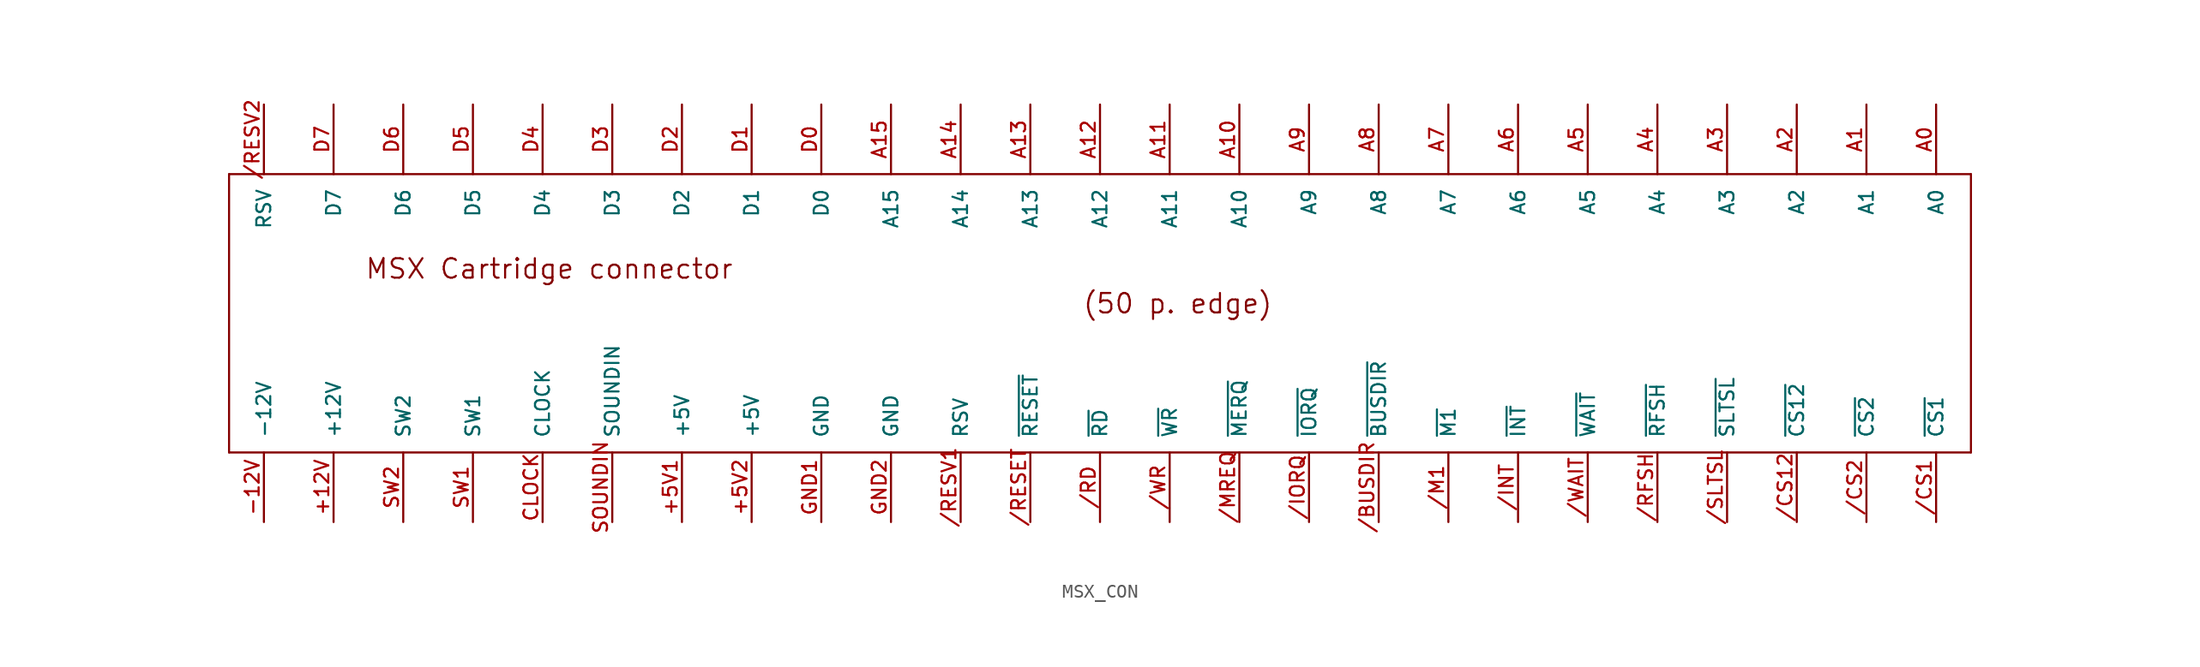
<source format=kicad_sym>
(kicad_symbol_lib
  (version 20211014)
  (generator kicad_symbol_editor)
  (symbol "MSX_CON"
    (pin_names
      (offset 1.016))
    (property "Reference" "EDG"
      (at 0 0 0)
      (effects (font (size 1.143 1.143)) hide))
    (property "ki_locked" ""
      (at 0 0 0)
      (effects (font (size 1.27 1.27))))
    (symbol "MSX_CON_1_0"
      (polyline (pts (xy -58.42 -10.16) (xy 68.58 -10.16)) (stroke (width 0) (type default) (color 0 0 0 0)) (fill (type none)))
      (polyline (pts (xy -58.42 10.16) (xy -58.42 -10.16)) (stroke (width 0) (type default) (color 0 0 0 0)) (fill (type none)))
      (polyline (pts (xy 68.58 -10.16) (xy 68.58 10.16)) (stroke (width 0) (type default) (color 0 0 0 0)) (fill (type none)))
      (polyline (pts (xy 68.58 10.16) (xy -58.42 10.16)) (stroke (width 0) (type default) (color 0 0 0 0)) (fill (type none)))
      (text "(50 p. edge)" (at 10.744 0.711 0) (effects (font (size 1.422 1.422))))
      (text "MSX Cartridge connector" (at -35.077 3.251 0) (effects (font (size 1.422 1.422)))))
    (symbol "MSX_CON_1_1"
      (pin power_out line (at -50.8 -15.24 90) (length 5.08) (name "+12V" (effects (font (size 1.016 1.016)))) (number "+12V" (effects (font (size 1.016 1.016)))))
      (pin power_out line (at -25.4 -15.24 90) (length 5.08) (name "+5V" (effects (font (size 1.016 1.016)))) (number "+5V1" (effects (font (size 1.016 1.016)))))
      (pin power_out line (at -20.32 -15.24 90) (length 5.08) (name "+5V" (effects (font (size 1.016 1.016)))) (number "+5V2" (effects (font (size 1.016 1.016)))))
      (pin power_out line (at -55.88 -15.24 90) (length 5.08) (name "-12V" (effects (font (size 1.016 1.016)))) (number "-12V" (effects (font (size 1.016 1.016)))))
      (pin input line (at 25.4 -15.24 90) (length 5.08) (name "~{BUSDIR}" (effects (font (size 1.016 1.016)))) (number "/BUSDIR" (effects (font (size 1.016 1.016)))))
      (pin output line (at 66.04 -15.24 90) (length 5.08) (name "~{CS1}" (effects (font (size 1.016 1.016)))) (number "/CS1" (effects (font (size 1.016 1.016)))))
      (pin output line (at 55.88 -15.24 90) (length 5.08) (name "~{CS12}" (effects (font (size 1.016 1.016)))) (number "/CS12" (effects (font (size 1.016 1.016)))))
      (pin output line (at 60.96 -15.24 90) (length 5.08) (name "~{CS2}" (effects (font (size 1.016 1.016)))) (number "/CS2" (effects (font (size 1.016 1.016)))))
      (pin input line (at 35.56 -15.24 90) (length 5.08) (name "~{INT}" (effects (font (size 1.016 1.016)))) (number "/INT" (effects (font (size 1.016 1.016)))))
      (pin output line (at 20.32 -15.24 90) (length 5.08) (name "~{IORQ}" (effects (font (size 1.016 1.016)))) (number "/IORQ" (effects (font (size 1.016 1.016)))))
      (pin output line (at 30.48 -15.24 90) (length 5.08) (name "~{M1}" (effects (font (size 1.016 1.016)))) (number "/M1" (effects (font (size 1.016 1.016)))))
      (pin output line (at 15.24 -15.24 90) (length 5.08) (name "~{MERQ}" (effects (font (size 1.016 1.016)))) (number "/MREQ" (effects (font (size 1.016 1.016)))))
      (pin output line (at 5.08 -15.24 90) (length 5.08) (name "~{RD}" (effects (font (size 1.016 1.016)))) (number "/RD" (effects (font (size 1.016 1.016)))))
      (pin output line (at 0 -15.24 90) (length 5.08) (name "~{RESET}" (effects (font (size 1.016 1.016)))) (number "/RESET" (effects (font (size 1.016 1.016)))))
      (pin unspecified line (at -5.08 -15.24 90) (length 5.08) (name "RSV" (effects (font (size 1.016 1.016)))) (number "/RESV1" (effects (font (size 1.016 1.016)))))
      (pin unspecified line (at -55.88 15.24 270) (length 5.08) (name "RSV" (effects (font (size 1.016 1.016)))) (number "/RESV2" (effects (font (size 1.016 1.016)))))
      (pin output line (at 45.72 -15.24 90) (length 5.08) (name "~{RFSH}" (effects (font (size 1.016 1.016)))) (number "/RFSH" (effects (font (size 1.016 1.016)))))
      (pin output line (at 50.8 -15.24 90) (length 5.08) (name "~{SLTSL}" (effects (font (size 1.016 1.016)))) (number "/SLTSL" (effects (font (size 1.016 1.016)))))
      (pin input line (at 40.64 -15.24 90) (length 5.08) (name "~{WAIT}" (effects (font (size 1.016 1.016)))) (number "/WAIT" (effects (font (size 1.016 1.016)))))
      (pin output line (at 10.16 -15.24 90) (length 5.08) (name "~{WR}" (effects (font (size 1.016 1.016)))) (number "/WR" (effects (font (size 1.016 1.016)))))
      (pin output line (at 66.04 15.24 270) (length 5.08) (name "A0" (effects (font (size 1.016 1.016)))) (number "A0" (effects (font (size 1.016 1.016)))))
      (pin output line (at 60.96 15.24 270) (length 5.08) (name "A1" (effects (font (size 1.016 1.016)))) (number "A1" (effects (font (size 1.016 1.016)))))
      (pin output line (at 15.24 15.24 270) (length 5.08) (name "A10" (effects (font (size 1.016 1.016)))) (number "A10" (effects (font (size 1.016 1.016)))))
      (pin output line (at 10.16 15.24 270) (length 5.08) (name "A11" (effects (font (size 1.016 1.016)))) (number "A11" (effects (font (size 1.016 1.016)))))
      (pin output line (at 5.08 15.24 270) (length 5.08) (name "A12" (effects (font (size 1.016 1.016)))) (number "A12" (effects (font (size 1.016 1.016)))))
      (pin output line (at 0 15.24 270) (length 5.08) (name "A13" (effects (font (size 1.016 1.016)))) (number "A13" (effects (font (size 1.016 1.016)))))
      (pin output line (at -5.08 15.24 270) (length 5.08) (name "A14" (effects (font (size 1.016 1.016)))) (number "A14" (effects (font (size 1.016 1.016)))))
      (pin output line (at -10.16 15.24 270) (length 5.08) (name "A15" (effects (font (size 1.016 1.016)))) (number "A15" (effects (font (size 1.016 1.016)))))
      (pin output line (at 55.88 15.24 270) (length 5.08) (name "A2" (effects (font (size 1.016 1.016)))) (number "A2" (effects (font (size 1.016 1.016)))))
      (pin output line (at 50.8 15.24 270) (length 5.08) (name "A3" (effects (font (size 1.016 1.016)))) (number "A3" (effects (font (size 1.016 1.016)))))
      (pin output line (at 45.72 15.24 270) (length 5.08) (name "A4" (effects (font (size 1.016 1.016)))) (number "A4" (effects (font (size 1.016 1.016)))))
      (pin output line (at 40.64 15.24 270) (length 5.08) (name "A5" (effects (font (size 1.016 1.016)))) (number "A5" (effects (font (size 1.016 1.016)))))
      (pin output line (at 35.56 15.24 270) (length 5.08) (name "A6" (effects (font (size 1.016 1.016)))) (number "A6" (effects (font (size 1.016 1.016)))))
      (pin output line (at 30.48 15.24 270) (length 5.08) (name "A7" (effects (font (size 1.016 1.016)))) (number "A7" (effects (font (size 1.016 1.016)))))
      (pin output line (at 25.4 15.24 270) (length 5.08) (name "A8" (effects (font (size 1.016 1.016)))) (number "A8" (effects (font (size 1.016 1.016)))))
      (pin output line (at 20.32 15.24 270) (length 5.08) (name "A9" (effects (font (size 1.016 1.016)))) (number "A9" (effects (font (size 1.016 1.016)))))
      (pin output line (at -35.56 -15.24 90) (length 5.08) (name "CLOCK" (effects (font (size 1.016 1.016)))) (number "CLOCK" (effects (font (size 1.016 1.016)))))
      (pin bidirectional line (at -15.24 15.24 270) (length 5.08) (name "D0" (effects (font (size 1.016 1.016)))) (number "D0" (effects (font (size 1.016 1.016)))))
      (pin bidirectional line (at -20.32 15.24 270) (length 5.08) (name "D1" (effects (font (size 1.016 1.016)))) (number "D1" (effects (font (size 1.016 1.016)))))
      (pin bidirectional line (at -25.4 15.24 270) (length 5.08) (name "D2" (effects (font (size 1.016 1.016)))) (number "D2" (effects (font (size 1.016 1.016)))))
      (pin bidirectional line (at -30.48 15.24 270) (length 5.08) (name "D3" (effects (font (size 1.016 1.016)))) (number "D3" (effects (font (size 1.016 1.016)))))
      (pin bidirectional line (at -35.56 15.24 270) (length 5.08) (name "D4" (effects (font (size 1.016 1.016)))) (number "D4" (effects (font (size 1.016 1.016)))))
      (pin bidirectional line (at -40.64 15.24 270) (length 5.08) (name "D5" (effects (font (size 1.016 1.016)))) (number "D5" (effects (font (size 1.016 1.016)))))
      (pin bidirectional line (at -45.72 15.24 270) (length 5.08) (name "D6" (effects (font (size 1.016 1.016)))) (number "D6" (effects (font (size 1.016 1.016)))))
      (pin bidirectional line (at -50.8 15.24 270) (length 5.08) (name "D7" (effects (font (size 1.016 1.016)))) (number "D7" (effects (font (size 1.016 1.016)))))
      (pin power_out line (at -15.24 -15.24 90) (length 5.08) (name "GND" (effects (font (size 1.016 1.016)))) (number "GND1" (effects (font (size 1.016 1.016)))))
      (pin power_out line (at -10.16 -15.24 90) (length 5.08) (name "GND" (effects (font (size 1.016 1.016)))) (number "GND2" (effects (font (size 1.016 1.016)))))
      (pin input line (at -30.48 -15.24 90) (length 5.08) (name "SOUNDIN" (effects (font (size 1.016 1.016)))) (number "SOUNDIN" (effects (font (size 1.016 1.016)))))
      (pin passive line (at -40.64 -15.24 90) (length 5.08) (name "SW1" (effects (font (size 1.016 1.016)))) (number "SW1" (effects (font (size 1.016 1.016)))))
      (pin passive line (at -45.72 -15.24 90) (length 5.08) (name "SW2" (effects (font (size 1.016 1.016)))) (number "SW2" (effects (font (size 1.016 1.016))))))))
</source>
